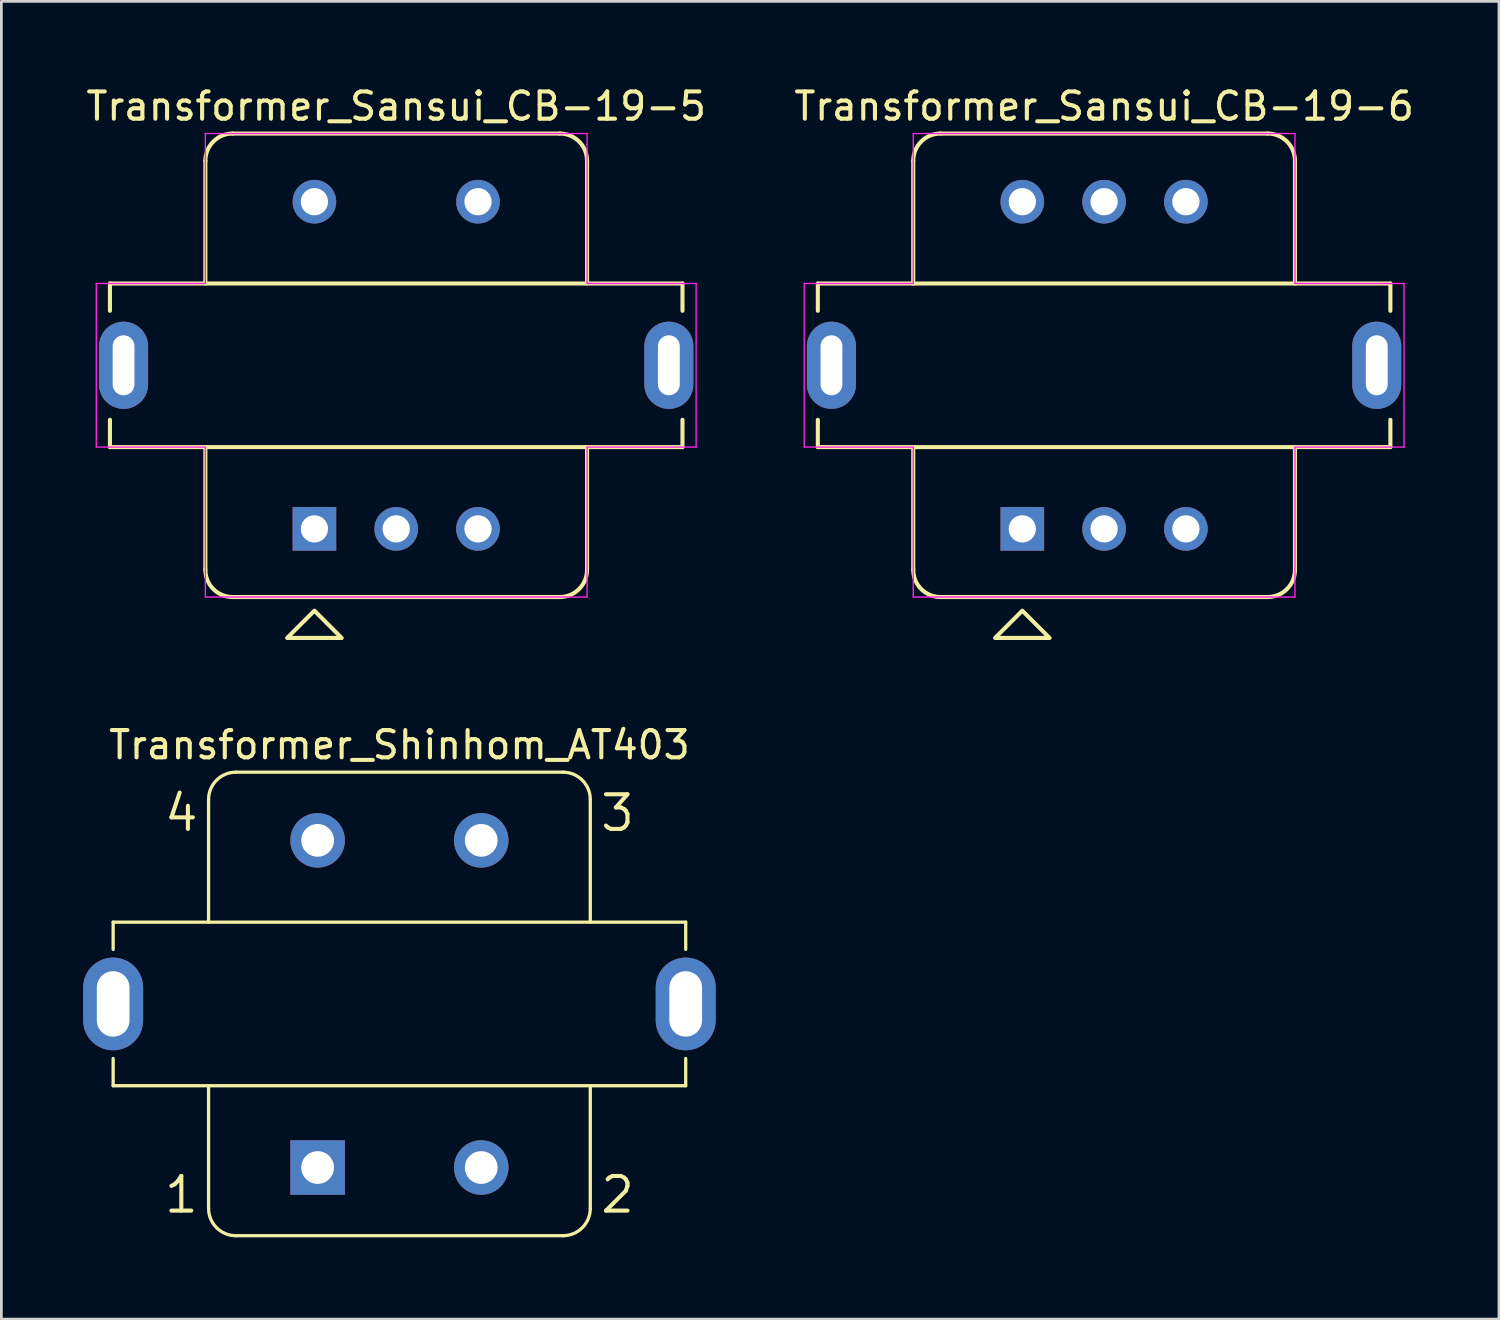
<source format=kicad_pcb>
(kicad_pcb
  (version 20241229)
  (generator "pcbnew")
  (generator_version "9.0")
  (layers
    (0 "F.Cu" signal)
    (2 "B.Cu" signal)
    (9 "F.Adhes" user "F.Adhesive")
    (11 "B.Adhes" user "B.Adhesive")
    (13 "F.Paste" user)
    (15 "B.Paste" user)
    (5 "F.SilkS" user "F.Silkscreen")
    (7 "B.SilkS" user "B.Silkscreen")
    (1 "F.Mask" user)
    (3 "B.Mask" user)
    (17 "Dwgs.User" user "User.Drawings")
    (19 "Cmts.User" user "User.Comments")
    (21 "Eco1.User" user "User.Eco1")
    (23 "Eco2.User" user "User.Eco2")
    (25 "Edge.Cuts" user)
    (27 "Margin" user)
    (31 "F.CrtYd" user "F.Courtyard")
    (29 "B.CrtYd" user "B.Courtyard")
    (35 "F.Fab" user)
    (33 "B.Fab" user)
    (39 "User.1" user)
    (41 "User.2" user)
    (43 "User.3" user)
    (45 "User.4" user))
  (footprint "Transformer_Sansui_CB-19-5"
    (layer "F.Cu")
    (at 8.482 16.348)
    (property "Reference" "Transformer_Sansui_CB-19-5" (at 3 -15.5 0) (layer "F.SilkS") (effects (font (size 1 1) (thickness 0.15))))
    (attr through_hole)
    (fp_line (start -7.5 -9) (end 13.5 -9) (stroke (width 0.15) (type solid)) (layer "F.SilkS"))
    (fp_line (start -7.5 -8) (end -7.5 -9) (stroke (width 0.15) (type solid)) (layer "F.SilkS"))
    (fp_line (start -7.5 -4) (end -7.5 -3) (stroke (width 0.15) (type solid)) (layer "F.SilkS"))
    (fp_line (start -7.5 -3) (end 13.5 -3) (stroke (width 0.15) (type solid)) (layer "F.SilkS"))
    (fp_line (start -4 -13.5) (end -4 -9) (stroke (width 0.15) (type solid)) (layer "F.SilkS"))
    (fp_line (start -4 -3) (end -4 1.5) (stroke (width 0.15) (type solid)) (layer "F.SilkS"))
    (fp_line (start 9 -14.5) (end -3 -14.5) (stroke (width 0.15) (type solid)) (layer "F.SilkS"))
    (fp_line (start 9 2.5) (end -3 2.5) (stroke (width 0.15) (type solid)) (layer "F.SilkS"))
    (fp_line (start 10 -13.5) (end 10 -9) (stroke (width 0.15) (type solid)) (layer "F.SilkS"))
    (fp_line (start 10 -3) (end 10 1.5) (stroke (width 0.15) (type solid)) (layer "F.SilkS"))
    (fp_line (start 13.5 -9) (end 13.5 -8) (stroke (width 0.15) (type solid)) (layer "F.SilkS"))
    (fp_line (start 13.5 -3) (end 13.5 -4) (stroke (width 0.15) (type solid)) (layer "F.SilkS"))
    (fp_arc (start -4 -13.5) (mid -3.707107 -14.207107) (end -3 -14.5) (stroke (width 0.15) (type solid)) (layer "F.SilkS"))
    (fp_arc (start -3 2.5) (mid -3.707107 2.207107) (end -4 1.5) (stroke (width 0.15) (type solid)) (layer "F.SilkS"))
    (fp_arc (start 9 -14.5) (mid 9.707107 -14.207107) (end 10 -13.5) (stroke (width 0.15) (type solid)) (layer "F.SilkS"))
    (fp_arc (start 10 1.5) (mid 9.707107 2.207107) (end 9 2.5) (stroke (width 0.15) (type solid)) (layer "F.SilkS"))
    (fp_poly (pts (xy 0 3) (xy -1 4) (xy 1 4)) (stroke (width 0.15) (type solid)) (fill no) (layer "F.SilkS"))
    (fp_line (start -8 -9) (end -8 -3) (stroke (width 0.05) (type default)) (layer "F.CrtYd"))
    (fp_line (start -8 -3) (end -4 -3) (stroke (width 0.05) (type default)) (layer "F.CrtYd"))
    (fp_line (start -4 -14.5) (end -4 -9) (stroke (width 0.05) (type default)) (layer "F.CrtYd"))
    (fp_line (start -4 -9) (end -8 -9) (stroke (width 0.05) (type default)) (layer "F.CrtYd"))
    (fp_line (start -4 -3) (end -4 2.5) (stroke (width 0.05) (type default)) (layer "F.CrtYd"))
    (fp_line (start -4 2.5) (end 10 2.5) (stroke (width 0.05) (type default)) (layer "F.CrtYd"))
    (fp_line (start 10 -14.5) (end -4 -14.5) (stroke (width 0.05) (type default)) (layer "F.CrtYd"))
    (fp_line (start 10 -9) (end 10 -14.5) (stroke (width 0.05) (type default)) (layer "F.CrtYd"))
    (fp_line (start 10 -3) (end 14 -3) (stroke (width 0.05) (type default)) (layer "F.CrtYd"))
    (fp_line (start 10 2.5) (end 10 -3) (stroke (width 0.05) (type default)) (layer "F.CrtYd"))
    (fp_line (start 14 -9) (end 10 -9) (stroke (width 0.05) (type default)) (layer "F.CrtYd"))
    (fp_line (start 14 -3) (end 14 -9) (stroke (width 0.05) (type default)) (layer "F.CrtYd"))
    (pad "1" thru_hole rect (at 0 0) (size 1.6 1.6) (drill 1) (layers "*.Cu" "*.Mask"))
    (pad "2" thru_hole circle (at 3 0) (size 1.6 1.6) (drill 1) (layers "*.Cu" "*.Mask"))
    (pad "3" thru_hole circle (at 6 0) (size 1.6 1.6) (drill 1) (layers "*.Cu" "*.Mask"))
    (pad "4" thru_hole circle (at 6 -12) (size 1.6 1.6) (drill 1) (layers "*.Cu" "*.Mask"))
    (pad "5" thru_hole circle (at 0 -12) (size 1.6 1.6) (drill 1) (layers "*.Cu" "*.Mask"))
    (pad "S" thru_hole oval (at -7 -6) (size 1.8 3.2) (drill oval 0.8 2.2) (layers "*.Cu" "*.Mask"))
    (pad "S" thru_hole oval (at 13 -6) (size 1.8 3.2) (drill oval 0.8 2.2) (layers "*.Cu" "*.Mask")))
  (footprint "Transformer_Sansui_CB-19-6"
    (layer "F.Cu")
    (at 34.446 16.348)
    (property "Reference" "Transformer_Sansui_CB-19-6" (at 3 -15.5 0) (layer "F.SilkS") (effects (font (size 1 1) (thickness 0.15))))
    (attr through_hole)
    (fp_line (start -7.5 -9) (end 13.5 -9) (stroke (width 0.15) (type solid)) (layer "F.SilkS"))
    (fp_line (start -7.5 -8) (end -7.5 -9) (stroke (width 0.15) (type solid)) (layer "F.SilkS"))
    (fp_line (start -7.5 -4) (end -7.5 -3) (stroke (width 0.15) (type solid)) (layer "F.SilkS"))
    (fp_line (start -7.5 -3) (end 13.5 -3) (stroke (width 0.15) (type solid)) (layer "F.SilkS"))
    (fp_line (start -4 -13.5) (end -4 -9) (stroke (width 0.15) (type solid)) (layer "F.SilkS"))
    (fp_line (start -4 -3) (end -4 1.5) (stroke (width 0.15) (type solid)) (layer "F.SilkS"))
    (fp_line (start 9 -14.5) (end -3 -14.5) (stroke (width 0.15) (type solid)) (layer "F.SilkS"))
    (fp_line (start 9 2.5) (end -3 2.5) (stroke (width 0.15) (type solid)) (layer "F.SilkS"))
    (fp_line (start 10 -13.5) (end 10 -9) (stroke (width 0.15) (type solid)) (layer "F.SilkS"))
    (fp_line (start 10 -3) (end 10 1.5) (stroke (width 0.15) (type solid)) (layer "F.SilkS"))
    (fp_line (start 13.5 -9) (end 13.5 -8) (stroke (width 0.15) (type solid)) (layer "F.SilkS"))
    (fp_line (start 13.5 -3) (end 13.5 -4) (stroke (width 0.15) (type solid)) (layer "F.SilkS"))
    (fp_arc (start -4 -13.5) (mid -3.707107 -14.207107) (end -3 -14.5) (stroke (width 0.15) (type solid)) (layer "F.SilkS"))
    (fp_arc (start -3 2.5) (mid -3.707107 2.207107) (end -4 1.5) (stroke (width 0.15) (type solid)) (layer "F.SilkS"))
    (fp_arc (start 9 -14.5) (mid 9.707107 -14.207107) (end 10 -13.5) (stroke (width 0.15) (type solid)) (layer "F.SilkS"))
    (fp_arc (start 10 1.5) (mid 9.707107 2.207107) (end 9 2.5) (stroke (width 0.15) (type solid)) (layer "F.SilkS"))
    (fp_poly (pts (xy 0 3) (xy -1 4) (xy 1 4)) (stroke (width 0.15) (type solid)) (fill no) (layer "F.SilkS"))
    (fp_line (start -8 -9) (end -8 -3) (stroke (width 0.05) (type default)) (layer "F.CrtYd"))
    (fp_line (start -8 -3) (end -4 -3) (stroke (width 0.05) (type default)) (layer "F.CrtYd"))
    (fp_line (start -4 -14.5) (end -4 -9) (stroke (width 0.05) (type default)) (layer "F.CrtYd"))
    (fp_line (start -4 -9) (end -8 -9) (stroke (width 0.05) (type default)) (layer "F.CrtYd"))
    (fp_line (start -4 -3) (end -4 2.5) (stroke (width 0.05) (type default)) (layer "F.CrtYd"))
    (fp_line (start -4 2.5) (end 10 2.5) (stroke (width 0.05) (type default)) (layer "F.CrtYd"))
    (fp_line (start 10 -14.5) (end -4 -14.5) (stroke (width 0.05) (type default)) (layer "F.CrtYd"))
    (fp_line (start 10 -9) (end 10 -14.5) (stroke (width 0.05) (type default)) (layer "F.CrtYd"))
    (fp_line (start 10 -3) (end 14 -3) (stroke (width 0.05) (type default)) (layer "F.CrtYd"))
    (fp_line (start 10 2.5) (end 10 -3) (stroke (width 0.05) (type default)) (layer "F.CrtYd"))
    (fp_line (start 14 -9) (end 10 -9) (stroke (width 0.05) (type default)) (layer "F.CrtYd"))
    (fp_line (start 14 -3) (end 14 -9) (stroke (width 0.05) (type default)) (layer "F.CrtYd"))
    (pad "1" thru_hole rect (at 0 0) (size 1.6 1.6) (drill 1) (layers "*.Cu" "*.Mask"))
    (pad "2" thru_hole circle (at 3 0) (size 1.6 1.6) (drill 1) (layers "*.Cu" "*.Mask"))
    (pad "3" thru_hole circle (at 6 0) (size 1.6 1.6) (drill 1) (layers "*.Cu" "*.Mask"))
    (pad "4" thru_hole circle (at 6 -12) (size 1.6 1.6) (drill 1) (layers "*.Cu" "*.Mask"))
    (pad "5" thru_hole circle (at 3 -12) (size 1.6 1.6) (drill 1) (layers "*.Cu" "*.Mask"))
    (pad "6" thru_hole circle (at 0 -12) (size 1.6 1.6) (drill 1) (layers "*.Cu" "*.Mask"))
    (pad "S" thru_hole oval (at -7 -6) (size 1.8 3.2) (drill oval 0.8 2.2) (layers "*.Cu" "*.Mask"))
    (pad "S" thru_hole oval (at 13 -6) (size 1.8 3.2) (drill oval 0.8 2.2) (layers "*.Cu" "*.Mask")))
  (footprint "Transformer_Shinhom_AT403"
    (layer "F.Cu")
    (at 8.6 39.772)
    (property "Reference" "Transformer_Shinhom_AT403" (at 3 -15.5 0) (layer "F.SilkS") (effects (font (size 1 1) (thickness 0.15))))
    (attr through_hole)
    (fp_line (start -7.5 -9) (end 13.5 -9) (stroke (width 0.12) (type solid)) (layer "F.SilkS"))
    (fp_line (start -7.5 -8) (end -7.5 -9) (stroke (width 0.12) (type solid)) (layer "F.SilkS"))
    (fp_line (start -7.5 -4) (end -7.5 -3) (stroke (width 0.12) (type solid)) (layer "F.SilkS"))
    (fp_line (start -7.5 -3) (end 13.5 -3) (stroke (width 0.12) (type solid)) (layer "F.SilkS"))
    (fp_line (start -4 -13.5) (end -4 -9) (stroke (width 0.12) (type solid)) (layer "F.SilkS"))
    (fp_line (start -4 -3) (end -4 1.5) (stroke (width 0.12) (type solid)) (layer "F.SilkS"))
    (fp_line (start 9 -14.5) (end -3 -14.5) (stroke (width 0.12) (type solid)) (layer "F.SilkS"))
    (fp_line (start 9 2.5) (end -3 2.5) (stroke (width 0.12) (type solid)) (layer "F.SilkS"))
    (fp_line (start 10 -13.5) (end 10 -9) (stroke (width 0.12) (type solid)) (layer "F.SilkS"))
    (fp_line (start 10 -3) (end 10 1.5) (stroke (width 0.12) (type solid)) (layer "F.SilkS"))
    (fp_line (start 13.5 -9) (end 13.5 -8) (stroke (width 0.12) (type solid)) (layer "F.SilkS"))
    (fp_line (start 13.5 -3) (end 13.5 -4) (stroke (width 0.12) (type solid)) (layer "F.SilkS"))
    (fp_arc (start -4 -13.5) (mid -3.707107 -14.207107) (end -3 -14.5) (stroke (width 0.12) (type solid)) (layer "F.SilkS"))
    (fp_arc (start -3 2.5) (mid -3.707107 2.207107) (end -4 1.5) (stroke (width 0.12) (type solid)) (layer "F.SilkS"))
    (fp_arc (start 9 -14.5) (mid 9.707107 -14.207107) (end 10 -13.5) (stroke (width 0.12) (type solid)) (layer "F.SilkS"))
    (fp_arc (start 10 1.5) (mid 9.707107 2.207107) (end 9 2.5) (stroke (width 0.12) (type solid)) (layer "F.SilkS"))
    (fp_text user "2" (at 11 1 0) (layer "F.SilkS") (effects (font (size 1.27 1.27) (thickness 0.15))))
    (fp_text user "4" (at -5 -13 0) (layer "F.SilkS") (effects (font (size 1.27 1.27) (thickness 0.15))))
    (fp_text user "3" (at 11 -13 0) (layer "F.SilkS") (effects (font (size 1.27 1.27) (thickness 0.15))))
    (fp_text user "1" (at -5 1 0) (layer "F.SilkS") (effects (font (size 1.27 1.27) (thickness 0.15))))
    (pad "" thru_hole oval (at -7.5 -6) (size 2.2 3.4) (drill oval 1.2 2.4) (layers "*.Cu" "*.Mask"))
    (pad "" thru_hole oval (at 13.5 -6) (size 2.2 3.4) (drill oval 1.2 2.4) (layers "*.Cu" "*.Mask"))
    (pad "1" thru_hole rect (at 0 0) (size 2 2) (drill 1.2) (layers "*.Cu" "*.Mask"))
    (pad "2" thru_hole circle (at 6 0) (size 2 2) (drill 1.2) (layers "*.Cu" "*.Mask"))
    (pad "3" thru_hole circle (at 6 -12) (size 2 2) (drill 1.2) (layers "*.Cu" "*.Mask"))
    (pad "4" thru_hole circle (at 0 -12) (size 2 2) (drill 1.2) (layers "*.Cu" "*.Mask")))
  (gr_rect
    (start -3 -3)
    (end 51.929 45.331)
    (stroke (width 0.1) (type default))
    (fill no)
    (layer "Edge.Cuts")))
</source>
